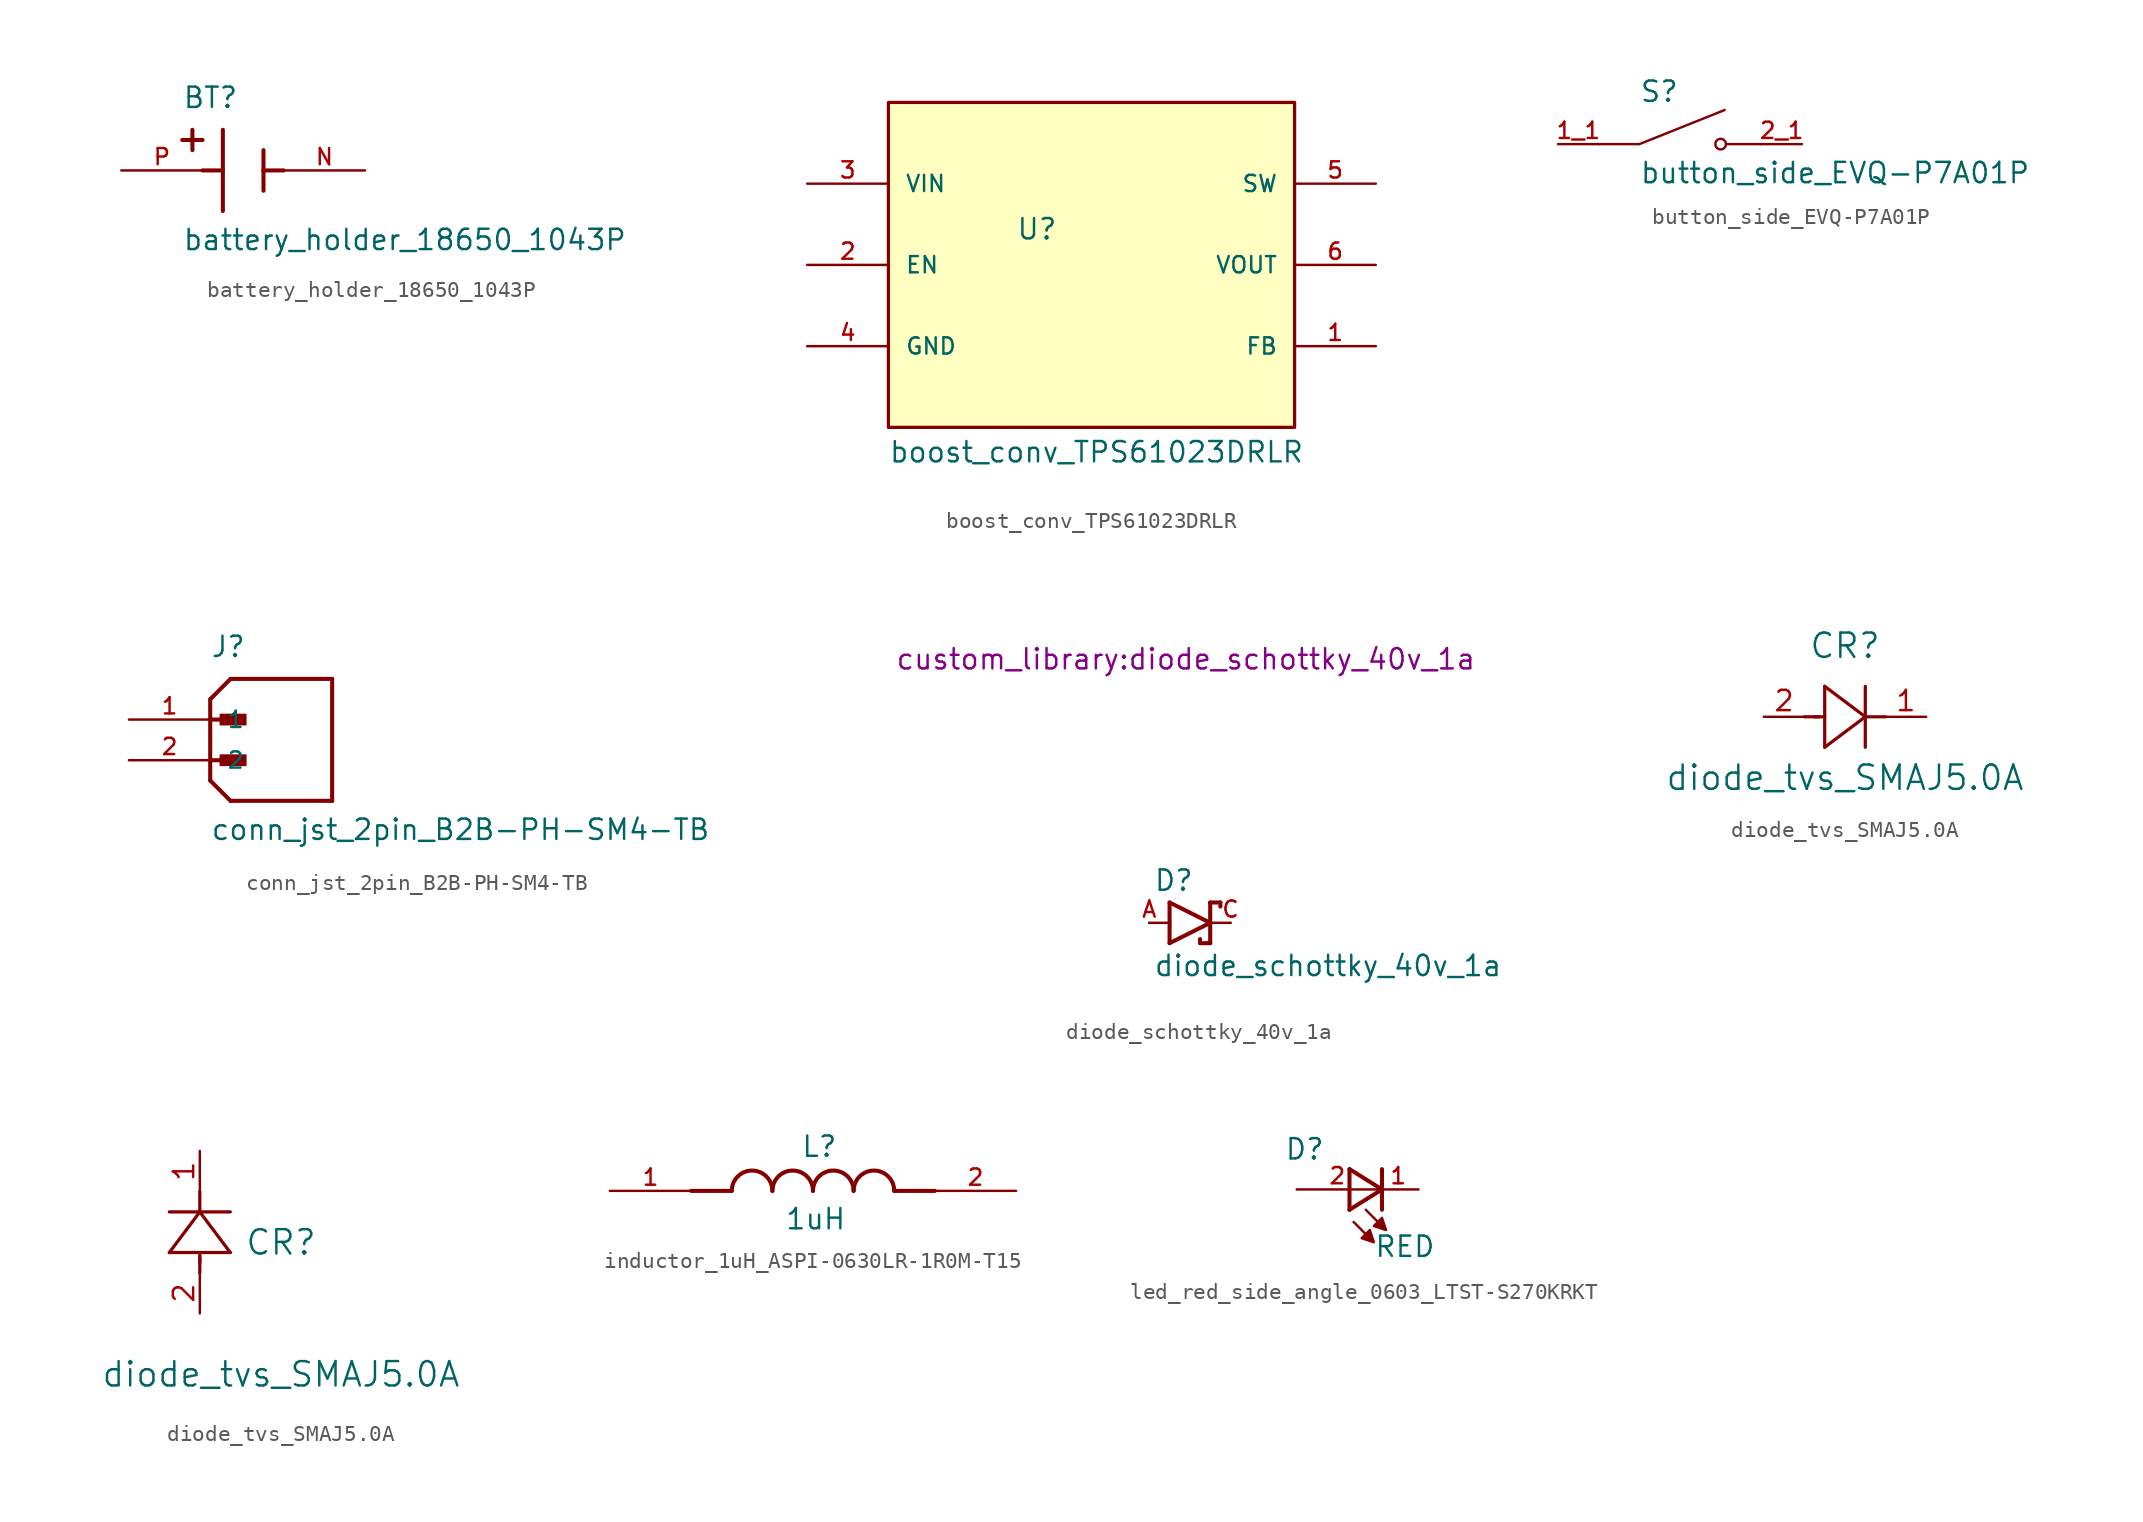
<source format=kicad_sym>
(kicad_symbol_lib
  (version 20241209)
  (generator "kicad_symbol_editor")
  (generator_version "9.0")
  (symbol "battery_holder_18650_1043P"
    (pin_names
      (offset 1.016))
    (property "Reference" "BT"
      (at -3.81 3.81 0)
      (effects (font (size 1.27 1.27)) (justify left bottom)))
    (property "Value" "battery_holder_18650_1043P"
      (at -3.81 -5.08 0)
      (effects (font (size 1.27 1.27)) (justify left bottom)))
    (symbol "battery_holder_18650_1043P_0_0"
      (polyline (pts (xy -3.81 1.905) (xy -2.54 1.905)) (stroke (width 0.254) (type default)) (fill (type none)))
      (polyline (pts (xy -3.175 2.54) (xy -3.175 1.27)) (stroke (width 0.254) (type default)) (fill (type none)))
      (polyline (pts (xy -1.27 2.54) (xy -1.27 0)) (stroke (width 0.254) (type default)) (fill (type none)))
      (polyline (pts (xy -1.27 0) (xy -2.54 0)) (stroke (width 0.254) (type default)) (fill (type none)))
      (polyline (pts (xy -1.27 0) (xy -1.27 -2.54)) (stroke (width 0.254) (type default)) (fill (type none)))
      (polyline (pts (xy 1.27 1.27) (xy 1.27 0)) (stroke (width 0.254) (type default)) (fill (type none)))
      (polyline (pts (xy 1.27 0) (xy 1.27 -1.27)) (stroke (width 0.254) (type default)) (fill (type none)))
      (polyline (pts (xy 1.27 0) (xy 2.54 0)) (stroke (width 0.254) (type default)) (fill (type none)))
      (pin passive line (at -7.62 0 0) (length 5.08) (name "~" (effects (font (size 1.016 1.016)))) (number "P" (effects (font (size 1.016 1.016)))))
      (pin passive line (at 7.62 0 180) (length 5.08) (name "~" (effects (font (size 1.016 1.016)))) (number "N" (effects (font (size 1.016 1.016)))))))
  (symbol "boost_conv_TPS61023DRLR"
    (pin_names
      (offset 1.016))
    (property "Reference" "U"
      (at -4.724 1.499 0)
      (effects (font (size 1.27 1.27)) (justify left bottom)))
    (property "Value" "boost_conv_TPS61023DRLR"
      (at -12.7 -12.446 0)
      (effects (font (size 1.27 1.27)) (justify left bottom)))
    (symbol "boost_conv_TPS61023DRLR_0_0"
      (rectangle (start -12.7 -10.16) (end 12.7 10.16) (stroke (width 0.203) (type default)) (fill (type background)))
      (pin power_in line (at -17.78 5.08 0) (length 5.08) (name "VIN" (effects (font (size 1.016 1.016)))) (number "3" (effects (font (size 1.016 1.016)))))
      (pin input line (at -17.78 0 0) (length 5.08) (name "EN" (effects (font (size 1.016 1.016)))) (number "2" (effects (font (size 1.016 1.016)))))
      (pin power_in line (at -17.78 -5.08 0) (length 5.08) (name "GND" (effects (font (size 1.016 1.016)))) (number "4" (effects (font (size 1.016 1.016)))))
      (pin power_in line (at 17.78 5.08 180) (length 5.08) (name "SW" (effects (font (size 1.016 1.016)))) (number "5" (effects (font (size 1.016 1.016)))))
      (pin power_in line (at 17.78 0 180) (length 5.08) (name "VOUT" (effects (font (size 1.016 1.016)))) (number "6" (effects (font (size 1.016 1.016)))))
      (pin input line (at 17.78 -5.08 180) (length 5.08) (name "FB" (effects (font (size 1.016 1.016)))) (number "1" (effects (font (size 1.016 1.016)))))))
  (symbol "button_side_EVQ-P7A01P"
    (pin_names
      (offset 1.016))
    (property "Reference" "S"
      (at -2.54 2.54 0)
      (effects (font (size 1.27 1.27)) (justify left bottom)))
    (property "Value" "button_side_EVQ-P7A01P"
      (at -2.54 -2.54 0)
      (effects (font (size 1.27 1.27)) (justify left bottom)))
    (symbol "button_side_EVQ-P7A01P_0_0"
      (polyline (pts (xy -2.54 0) (xy -5.08 0)) (stroke (width 0.152) (type default)) (fill (type none)))
      (polyline (pts (xy -2.54 0) (xy 2.794 2.134)) (stroke (width 0.152) (type default)) (fill (type none)))
      (circle (center 2.54 0) (radius 0.33) (stroke (width 0.152) (type default)) (fill (type none)))
      (polyline (pts (xy 5.08 0) (xy 2.921 0)) (stroke (width 0.152) (type default)) (fill (type none)))
      (pin passive line (at -7.62 0 0) (length 2.54) (name "~" (effects (font (size 1.016 1.016)))) (number "1_1" (effects (font (size 1.016 1.016)))))
      (pin passive line (at -7.62 0 0) (length 2.54) (hide yes) (name "~" (effects (font (size 1.016 1.016)))) (number "1_2" (effects (font (size 1.016 1.016)))))
      (pin passive line (at 7.62 0 180) (length 2.54) (name "~" (effects (font (size 1.016 1.016)))) (number "2_1" (effects (font (size 1.016 1.016)))))
      (pin passive line (at 7.62 0 180) (length 2.54) (hide yes) (name "~" (effects (font (size 1.016 1.016)))) (number "2_2" (effects (font (size 1.016 1.016)))))))
  (symbol "conn_jst_2pin_B2B-PH-SM4-TB"
    (pin_names
      (offset 1.016))
    (property "Reference" "J"
      (at 0 6.35 0)
      (effects (font (size 1.27 1.27)) (justify left bottom)))
    (property "Value" "conn_jst_2pin_B2B-PH-SM4-TB"
      (at 0 -5.08 0)
      (effects (font (size 1.27 1.27)) (justify left bottom)))
    (symbol "conn_jst_2pin_B2B-PH-SM4-TB_0_0"
      (polyline (pts (xy 0 3.81) (xy 0 2.54)) (stroke (width 0.254) (type default)) (fill (type none)))
      (polyline (pts (xy 0 3.81) (xy 1.27 5.08)) (stroke (width 0.254) (type default)) (fill (type none)))
      (polyline (pts (xy 0 2.54) (xy 0 -1.27)) (stroke (width 0.254) (type default)) (fill (type none)))
      (polyline (pts (xy 0 2.54) (xy 1.905 2.54)) (stroke (width 0.254) (type default)) (fill (type none)))
      (polyline (pts (xy 0 0) (xy 1.905 0)) (stroke (width 0.254) (type default)) (fill (type none)))
      (polyline (pts (xy 0 -1.27) (xy 1.27 -2.54)) (stroke (width 0.254) (type default)) (fill (type none)))
      (rectangle (start 0.635 2.223) (end 2.223 2.857) (stroke (width 0.1) (type default)) (fill (type outline)))
      (rectangle (start 0.635 -0.318) (end 2.223 0.318) (stroke (width 0.1) (type default)) (fill (type outline)))
      (polyline (pts (xy 1.27 -2.54) (xy 7.62 -2.54)) (stroke (width 0.254) (type default)) (fill (type none)))
      (polyline (pts (xy 7.62 5.08) (xy 1.27 5.08)) (stroke (width 0.254) (type default)) (fill (type none)))
      (polyline (pts (xy 7.62 -2.54) (xy 7.62 5.08)) (stroke (width 0.254) (type default)) (fill (type none)))
      (pin passive line (at -5.08 2.54 0) (length 5.08) (name "1" (effects (font (size 1.016 1.016)))) (number "1" (effects (font (size 1.016 1.016)))))
      (pin passive line (at -5.08 0 0) (length 5.08) (name "2" (effects (font (size 1.016 1.016)))) (number "2" (effects (font (size 1.016 1.016)))))))
  (symbol "diode_schottky_40v_1a"
    (pin_names
      (offset 1.016))
    (property "Reference" "D"
      (at -2.286 1.905 0)
      (effects (font (size 1.27 1.27)) (justify left bottom)))
    (property "Value" "diode_schottky_40v_1a"
      (at -2.286 -3.429 0)
      (effects (font (size 1.27 1.27)) (justify left bottom)))
    (property "Footprint" "custom_library:diode_schottky_40v_1a"
      (at -0.254 15.748 0)
      (effects (font (size 1.27 1.27)) (justify bottom)))
    (symbol "diode_schottky_40v_1a_0_0"
      (polyline (pts (xy -1.27 1.27) (xy -1.27 0)) (stroke (width 0.254) (type default)) (fill (type none)))
      (polyline (pts (xy -1.27 0) (xy -2.54 0)) (stroke (width 0.152) (type default)) (fill (type none)))
      (polyline (pts (xy -1.27 0) (xy -1.27 -1.27)) (stroke (width 0.254) (type default)) (fill (type none)))
      (polyline (pts (xy -1.27 -1.27) (xy 1.27 0)) (stroke (width 0.254) (type default)) (fill (type none)))
      (polyline (pts (xy 0.635 -1.016) (xy 0.635 -1.27)) (stroke (width 0.254) (type default)) (fill (type none)))
      (polyline (pts (xy 1.27 1.27) (xy 1.27 0)) (stroke (width 0.254) (type default)) (fill (type none)))
      (polyline (pts (xy 1.27 0) (xy -1.27 1.27)) (stroke (width 0.254) (type default)) (fill (type none)))
      (polyline (pts (xy 1.27 0) (xy 1.27 -1.27)) (stroke (width 0.254) (type default)) (fill (type none)))
      (polyline (pts (xy 1.27 0) (xy 2.54 0)) (stroke (width 0.152) (type default)) (fill (type none)))
      (polyline (pts (xy 1.27 -1.27) (xy 0.635 -1.27)) (stroke (width 0.254) (type default)) (fill (type none)))
      (polyline (pts (xy 1.905 1.27) (xy 1.27 1.27)) (stroke (width 0.254) (type default)) (fill (type none)))
      (polyline (pts (xy 1.905 1.27) (xy 1.905 1.016)) (stroke (width 0.254) (type default)) (fill (type none)))
      (pin passive line (at -2.54 0 0) (length 0) (name "~" (effects (font (size 1.016 1.016)))) (number "A" (effects (font (size 1.016 1.016)))))
      (pin passive line (at 2.54 0 180) (length 0) (name "~" (effects (font (size 1.016 1.016)))) (number "C" (effects (font (size 1.016 1.016)))))))
  (symbol "diode_tvs_SMAJ5.0A"
    (pin_names
      (offset 0.254))
    (property "Reference" "CR"
      (at 5.08 4.445 0)
      (effects (font (size 1.524 1.524))))
    (property "Value" "diode_tvs_SMAJ5.0A"
      (at 5.08 -3.81 0)
      (effects (font (size 1.524 1.524))))
    (symbol "diode_tvs_SMAJ5.0A_1_1"
      (polyline (pts (xy 2.54 0) (xy 3.48 0)) (stroke (width 0.203) (type default)) (fill (type none)))
      (polyline (pts (xy 3.175 0) (xy 3.81 0)) (stroke (width 0.203) (type default)) (fill (type none)))
      (polyline (pts (xy 3.81 1.905) (xy 3.81 -1.905)) (stroke (width 0.203) (type default)) (fill (type none)))
      (polyline (pts (xy 3.81 -1.905) (xy 6.35 0)) (stroke (width 0.203) (type default)) (fill (type none)))
      (polyline (pts (xy 6.35 0) (xy 3.81 1.905)) (stroke (width 0.203) (type default)) (fill (type none)))
      (polyline (pts (xy 6.35 0) (xy 7.62 0)) (stroke (width 0.203) (type default)) (fill (type none)))
      (polyline (pts (xy 6.35 -1.905) (xy 6.35 1.905)) (stroke (width 0.203) (type default)) (fill (type none)))
      (pin passive line (at 0 0 0) (length 2.54) (name "" (effects (font (size 1.27 1.27)))) (number "2" (effects (font (size 1.27 1.27)))))
      (pin passive line (at 10.16 0 180) (length 2.54) (name "" (effects (font (size 1.27 1.27)))) (number "1" (effects (font (size 1.27 1.27))))))
    (symbol "diode_tvs_SMAJ5.0A_1_2"
      (polyline (pts (xy -1.905 3.81) (xy 1.905 3.81)) (stroke (width 0.203) (type default)) (fill (type none)))
      (polyline (pts (xy 0 6.35) (xy -1.905 3.81)) (stroke (width 0.203) (type default)) (fill (type none)))
      (polyline (pts (xy 0 6.35) (xy 0 7.62)) (stroke (width 0.203) (type default)) (fill (type none)))
      (polyline (pts (xy 0 3.175) (xy 0 3.81)) (stroke (width 0.203) (type default)) (fill (type none)))
      (polyline (pts (xy 0 2.54) (xy 0 3.48)) (stroke (width 0.203) (type default)) (fill (type none)))
      (polyline (pts (xy 1.905 6.35) (xy -1.905 6.35)) (stroke (width 0.203) (type default)) (fill (type none)))
      (polyline (pts (xy 1.905 3.81) (xy 0 6.35)) (stroke (width 0.203) (type default)) (fill (type none)))
      (pin unspecified line (at 0 10.16 270) (length 2.54) (name "" (effects (font (size 1.27 1.27)))) (number "1" (effects (font (size 1.27 1.27)))))
      (pin unspecified line (at 0 0 90) (length 2.54) (name "" (effects (font (size 1.27 1.27)))) (number "2" (effects (font (size 1.27 1.27)))))))
  (symbol "inductor_1uH_ASPI-0630LR-1R0M-T15"
    (pin_names
      (offset 1.016))
    (property "Reference" "L"
      (at -0.762 2.032 0)
      (effects (font (size 1.27 1.27)) (justify left bottom)))
    (property "Value" "1uH"
      (at -1.778 -1.016 0)
      (effects (font (size 1.27 1.27)) (justify left top)))
    (symbol "inductor_1uH_ASPI-0630LR-1R0M-T15_0_0"
      (polyline (pts (xy -5.08 0) (xy -7.62 0)) (stroke (width 0.254) (type default)) (fill (type none)))
      (arc (start -5.08 0) (mid -3.81 1.2645) (end -2.54 0) (stroke (width 0.254) (type default)) (fill (type none)))
      (arc (start -2.54 0) (mid -1.27 1.2645) (end 0 0) (stroke (width 0.254) (type default)) (fill (type none)))
      (arc (start 0 0) (mid 1.27 1.2645) (end 2.54 0) (stroke (width 0.254) (type default)) (fill (type none)))
      (arc (start 2.54 0) (mid 3.81 1.2645) (end 5.08 0) (stroke (width 0.254) (type default)) (fill (type none)))
      (polyline (pts (xy 5.08 0) (xy 7.62 0)) (stroke (width 0.254) (type default)) (fill (type none)))
      (pin passive line (at -12.7 0 0) (length 5.08) (name "~" (effects (font (size 1.016 1.016)))) (number "1" (effects (font (size 1.016 1.016)))))
      (pin passive line (at 12.7 0 180) (length 5.08) (name "~" (effects (font (size 1.016 1.016)))) (number "2" (effects (font (size 1.016 1.016)))))))
  (symbol "led_red_side_angle_0603_LTST-S270KRKT"
    (pin_names
      (offset 1.016))
    (property "Reference" "D"
      (at -2.032 3.048 0)
      (effects (font (size 1.27 1.27)) (justify right bottom)))
    (property "Value" "RED"
      (at 1.016 -3.048 0)
      (effects (font (size 1.27 1.27)) (justify left bottom)))
    (symbol "led_red_side_angle_0603_LTST-S270KRKT_0_0"
      (polyline (pts (xy -0.508 2.54) (xy -0.508 0)) (stroke (width 0.254) (type default)) (fill (type none)))
      (polyline (pts (xy -0.508 2.54) (xy 1.524 1.27)) (stroke (width 0.254) (type default)) (fill (type none)))
      (polyline (pts (xy -0.254 -0.762) (xy 0.635 -1.651)) (stroke (width 0.152) (type default)) (fill (type none)))
      (polyline (pts (xy 0.254 -1.778) (xy 1.016 -2.032) (xy 0.762 -1.27) (xy 0.254 -1.778)) (stroke (width 0.152) (type default)) (fill (type outline)))
      (polyline (pts (xy 0.508 0) (xy 1.397 -0.889)) (stroke (width 0.152) (type default)) (fill (type none)))
      (polyline (pts (xy 1.016 -1.016) (xy 1.778 -1.27) (xy 1.524 -0.508) (xy 1.016 -1.016)) (stroke (width 0.152) (type default)) (fill (type outline)))
      (polyline (pts (xy 1.524 2.54) (xy 1.524 1.27)) (stroke (width 0.254) (type default)) (fill (type none)))
      (polyline (pts (xy 1.524 1.27) (xy -0.508 0)) (stroke (width 0.254) (type default)) (fill (type none)))
      (polyline (pts (xy 1.524 1.27) (xy 1.524 0)) (stroke (width 0.254) (type default)) (fill (type none)))
      (pin passive line (at -3.81 1.27 0) (length 5.08) (name "~" (effects (font (size 1.016 1.016)))) (number "2" (effects (font (size 1.016 1.016)))))
      (pin passive line (at 3.81 1.27 180) (length 2.54) (name "~" (effects (font (size 1.016 1.016)))) (number "1" (effects (font (size 1.016 1.016))))))))
</source>
